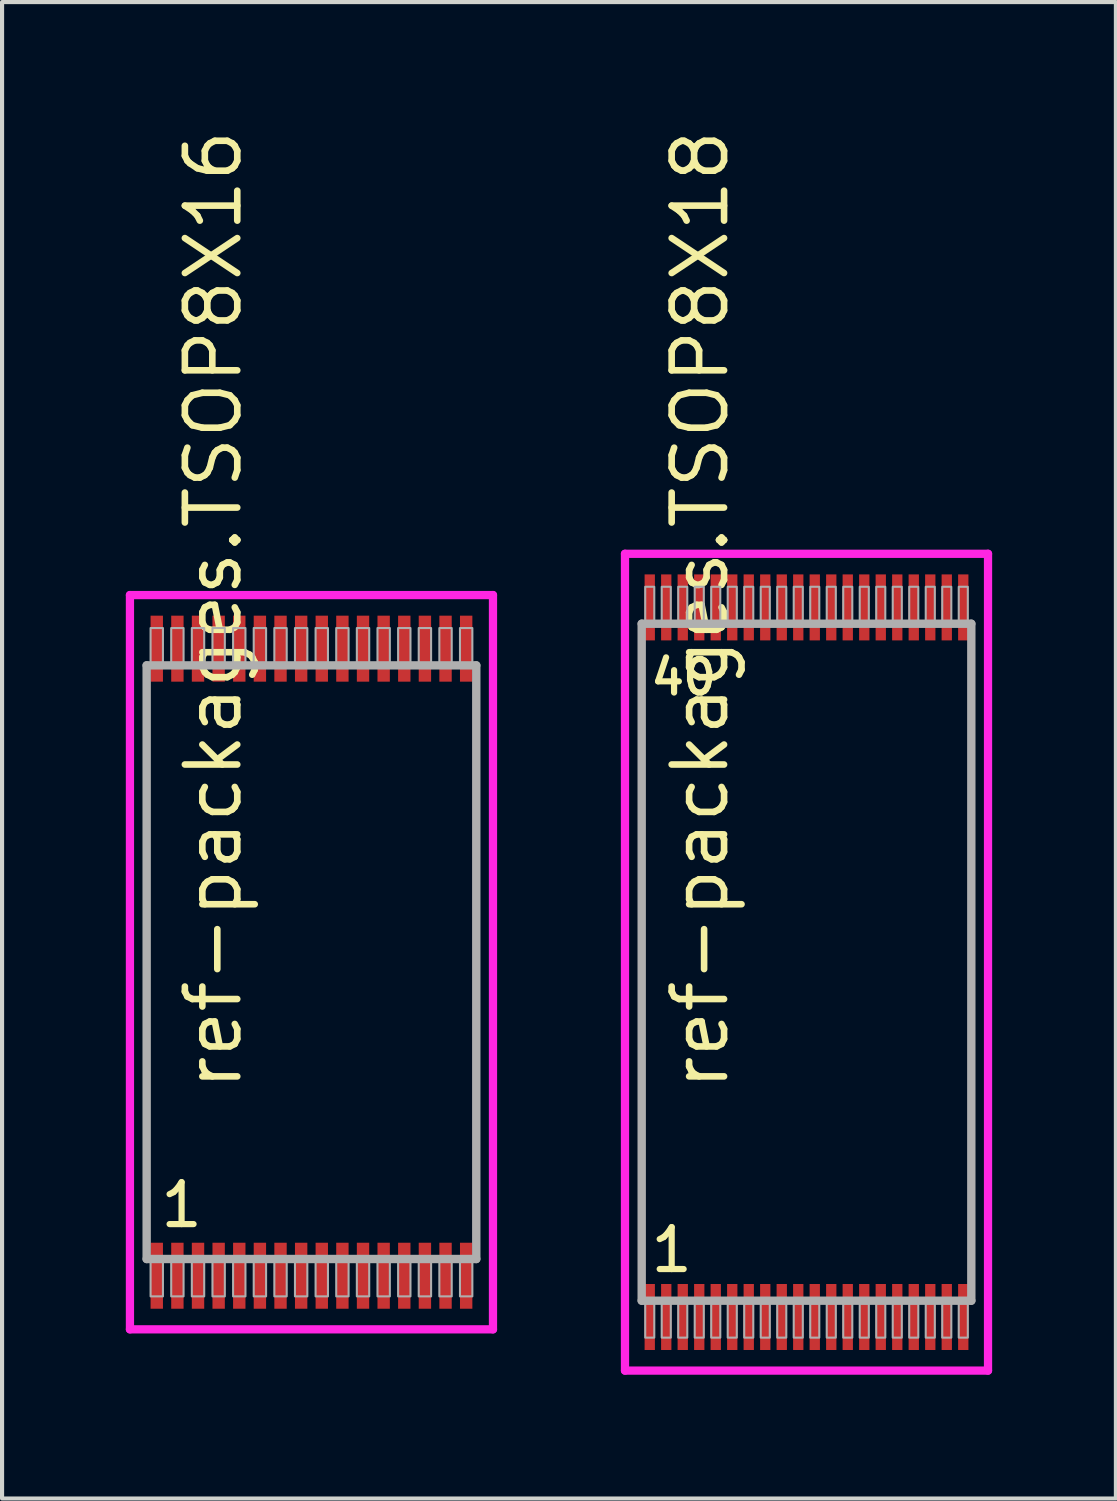
<source format=kicad_pcb>
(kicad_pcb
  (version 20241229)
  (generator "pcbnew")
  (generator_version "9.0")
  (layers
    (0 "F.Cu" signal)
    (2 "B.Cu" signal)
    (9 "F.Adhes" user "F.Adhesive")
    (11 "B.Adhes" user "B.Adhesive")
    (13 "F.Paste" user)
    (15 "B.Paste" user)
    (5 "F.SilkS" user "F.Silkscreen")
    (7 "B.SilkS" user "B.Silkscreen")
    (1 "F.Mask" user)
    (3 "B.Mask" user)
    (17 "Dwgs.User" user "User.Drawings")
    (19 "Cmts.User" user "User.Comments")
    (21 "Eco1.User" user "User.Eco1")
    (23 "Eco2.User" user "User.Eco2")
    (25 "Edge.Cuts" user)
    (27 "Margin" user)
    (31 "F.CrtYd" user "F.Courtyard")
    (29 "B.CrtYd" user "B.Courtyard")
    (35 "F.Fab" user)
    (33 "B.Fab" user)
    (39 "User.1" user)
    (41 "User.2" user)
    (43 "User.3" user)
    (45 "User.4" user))
  (footprint "ref-packages.TSOP8X16"
    (layer "F.Cu")
    (at 4.5 20.274)
    (property "Reference" "ref-packages.TSOP8X16" (at -1.635 3.175 90) (layer "F.SilkS") (effects (font (size 1.27 1.27) (thickness 0.16)) (justify left bottom)))
    (attr smd)
    (fp_line (start -4.4 -8.9) (end 4.4 -8.9) (stroke (width 0.2) (type default)) (layer "F.CrtYd"))
    (fp_line (start -4.4 8.9) (end -4.4 -8.9) (stroke (width 0.2) (type default)) (layer "F.CrtYd"))
    (fp_line (start 4.4 -8.9) (end 4.4 8.9) (stroke (width 0.2) (type default)) (layer "F.CrtYd"))
    (fp_line (start 4.4 8.9) (end -4.4 8.9) (stroke (width 0.2) (type default)) (layer "F.CrtYd"))
    (fp_line (start -3.995 -7.195) (end 3.995 -7.195) (stroke (width 0.203) (type default)) (layer "F.Fab"))
    (fp_line (start -3.995 7.195) (end -3.995 -7.195) (stroke (width 0.203) (type default)) (layer "F.Fab"))
    (fp_line (start 3.995 -7.195) (end 3.995 7.195) (stroke (width 0.203) (type default)) (layer "F.Fab"))
    (fp_line (start 3.995 7.195) (end -3.995 7.195) (stroke (width 0.203) (type default)) (layer "F.Fab"))
    (fp_rect (start -3.9 -7.25) (end -3.6 -8.1) (stroke (width 0.05) (type default)) (fill no) (layer "F.Fab"))
    (fp_rect (start -3.9 8.1) (end -3.6 7.25) (stroke (width 0.05) (type default)) (fill no) (layer "F.Fab"))
    (fp_rect (start -3.4 -7.25) (end -3.1 -8.1) (stroke (width 0.05) (type default)) (fill no) (layer "F.Fab"))
    (fp_rect (start -3.4 8.1) (end -3.1 7.25) (stroke (width 0.05) (type default)) (fill no) (layer "F.Fab"))
    (fp_rect (start -2.9 -7.25) (end -2.6 -8.1) (stroke (width 0.05) (type default)) (fill no) (layer "F.Fab"))
    (fp_rect (start -2.9 8.1) (end -2.6 7.25) (stroke (width 0.05) (type default)) (fill no) (layer "F.Fab"))
    (fp_rect (start -2.4 -7.25) (end -2.1 -8.1) (stroke (width 0.05) (type default)) (fill no) (layer "F.Fab"))
    (fp_rect (start -2.4 8.1) (end -2.1 7.25) (stroke (width 0.05) (type default)) (fill no) (layer "F.Fab"))
    (fp_rect (start -1.9 -7.25) (end -1.6 -8.1) (stroke (width 0.05) (type default)) (fill no) (layer "F.Fab"))
    (fp_rect (start -1.9 8.1) (end -1.6 7.25) (stroke (width 0.05) (type default)) (fill no) (layer "F.Fab"))
    (fp_rect (start -1.4 -7.25) (end -1.1 -8.1) (stroke (width 0.05) (type default)) (fill no) (layer "F.Fab"))
    (fp_rect (start -1.4 8.1) (end -1.1 7.25) (stroke (width 0.05) (type default)) (fill no) (layer "F.Fab"))
    (fp_rect (start -0.9 -7.25) (end -0.6 -8.1) (stroke (width 0.05) (type default)) (fill no) (layer "F.Fab"))
    (fp_rect (start -0.9 8.1) (end -0.6 7.25) (stroke (width 0.05) (type default)) (fill no) (layer "F.Fab"))
    (fp_rect (start -0.4 -7.25) (end -0.1 -8.1) (stroke (width 0.05) (type default)) (fill no) (layer "F.Fab"))
    (fp_rect (start -0.4 8.1) (end -0.1 7.25) (stroke (width 0.05) (type default)) (fill no) (layer "F.Fab"))
    (fp_rect (start 0.1 -7.25) (end 0.4 -8.1) (stroke (width 0.05) (type default)) (fill no) (layer "F.Fab"))
    (fp_rect (start 0.1 8.1) (end 0.4 7.25) (stroke (width 0.05) (type default)) (fill no) (layer "F.Fab"))
    (fp_rect (start 0.6 -7.25) (end 0.9 -8.1) (stroke (width 0.05) (type default)) (fill no) (layer "F.Fab"))
    (fp_rect (start 0.6 8.1) (end 0.9 7.25) (stroke (width 0.05) (type default)) (fill no) (layer "F.Fab"))
    (fp_rect (start 1.1 -7.25) (end 1.4 -8.1) (stroke (width 0.05) (type default)) (fill no) (layer "F.Fab"))
    (fp_rect (start 1.1 8.1) (end 1.4 7.25) (stroke (width 0.05) (type default)) (fill no) (layer "F.Fab"))
    (fp_rect (start 1.6 -7.25) (end 1.9 -8.1) (stroke (width 0.05) (type default)) (fill no) (layer "F.Fab"))
    (fp_rect (start 1.6 8.1) (end 1.9 7.25) (stroke (width 0.05) (type default)) (fill no) (layer "F.Fab"))
    (fp_rect (start 2.1 -7.25) (end 2.4 -8.1) (stroke (width 0.05) (type default)) (fill no) (layer "F.Fab"))
    (fp_rect (start 2.1 8.1) (end 2.4 7.25) (stroke (width 0.05) (type default)) (fill no) (layer "F.Fab"))
    (fp_rect (start 2.6 -7.25) (end 2.9 -8.1) (stroke (width 0.05) (type default)) (fill no) (layer "F.Fab"))
    (fp_rect (start 2.6 8.1) (end 2.9 7.25) (stroke (width 0.05) (type default)) (fill no) (layer "F.Fab"))
    (fp_rect (start 3.1 -7.25) (end 3.4 -8.1) (stroke (width 0.05) (type default)) (fill no) (layer "F.Fab"))
    (fp_rect (start 3.1 8.1) (end 3.4 7.25) (stroke (width 0.05) (type default)) (fill no) (layer "F.Fab"))
    (fp_rect (start 3.6 -7.25) (end 3.9 -8.1) (stroke (width 0.05) (type default)) (fill no) (layer "F.Fab"))
    (fp_rect (start 3.6 8.1) (end 3.9 7.25) (stroke (width 0.05) (type default)) (fill no) (layer "F.Fab"))
    (fp_text user "1" (at -3.731 6.48 0) (layer "F.SilkS") (effects (font (size 1.016 1.016) (thickness 0.15)) (justify left bottom)))
    (pad "1" smd roundrect (at -3.75 7.6) (size 0.3 1.6) (layers "F.Cu" "F.Mask" "F.Paste") (roundrect_rratio 0.01))
    (pad "2" smd roundrect (at -3.25 7.6) (size 0.3 1.6) (layers "F.Cu" "F.Mask" "F.Paste") (roundrect_rratio 0.01))
    (pad "3" smd roundrect (at -2.75 7.6) (size 0.3 1.6) (layers "F.Cu" "F.Mask" "F.Paste") (roundrect_rratio 0.01))
    (pad "4" smd roundrect (at -2.25 7.6) (size 0.3 1.6) (layers "F.Cu" "F.Mask" "F.Paste") (roundrect_rratio 0.01))
    (pad "5" smd roundrect (at -1.75 7.6) (size 0.3 1.6) (layers "F.Cu" "F.Mask" "F.Paste") (roundrect_rratio 0.01))
    (pad "6" smd roundrect (at -1.25 7.6) (size 0.3 1.6) (layers "F.Cu" "F.Mask" "F.Paste") (roundrect_rratio 0.01))
    (pad "7" smd roundrect (at -0.75 7.6) (size 0.3 1.6) (layers "F.Cu" "F.Mask" "F.Paste") (roundrect_rratio 0.01))
    (pad "8" smd roundrect (at -0.25 7.6) (size 0.3 1.6) (layers "F.Cu" "F.Mask" "F.Paste") (roundrect_rratio 0.01))
    (pad "9" smd roundrect (at 0.25 7.6) (size 0.3 1.6) (layers "F.Cu" "F.Mask" "F.Paste") (roundrect_rratio 0.01))
    (pad "10" smd roundrect (at 0.75 7.6) (size 0.3 1.6) (layers "F.Cu" "F.Mask" "F.Paste") (roundrect_rratio 0.01))
    (pad "11" smd roundrect (at 1.25 7.6) (size 0.3 1.6) (layers "F.Cu" "F.Mask" "F.Paste") (roundrect_rratio 0.01))
    (pad "12" smd roundrect (at 1.75 7.6) (size 0.3 1.6) (layers "F.Cu" "F.Mask" "F.Paste") (roundrect_rratio 0.01))
    (pad "13" smd roundrect (at 2.25 7.6) (size 0.3 1.6) (layers "F.Cu" "F.Mask" "F.Paste") (roundrect_rratio 0.01))
    (pad "14" smd roundrect (at 2.75 7.6) (size 0.3 1.6) (layers "F.Cu" "F.Mask" "F.Paste") (roundrect_rratio 0.01))
    (pad "15" smd roundrect (at 3.25 7.6) (size 0.3 1.6) (layers "F.Cu" "F.Mask" "F.Paste") (roundrect_rratio 0.01))
    (pad "16" smd roundrect (at 3.75 7.6) (size 0.3 1.6) (layers "F.Cu" "F.Mask" "F.Paste") (roundrect_rratio 0.01))
    (pad "17" smd roundrect (at 3.75 -7.6) (size 0.3 1.6) (layers "F.Cu" "F.Mask" "F.Paste") (roundrect_rratio 0.01))
    (pad "18" smd roundrect (at 3.25 -7.6) (size 0.3 1.6) (layers "F.Cu" "F.Mask" "F.Paste") (roundrect_rratio 0.01))
    (pad "19" smd roundrect (at 2.75 -7.6) (size 0.3 1.6) (layers "F.Cu" "F.Mask" "F.Paste") (roundrect_rratio 0.01))
    (pad "20" smd roundrect (at 2.25 -7.6) (size 0.3 1.6) (layers "F.Cu" "F.Mask" "F.Paste") (roundrect_rratio 0.01))
    (pad "21" smd roundrect (at 1.75 -7.6) (size 0.3 1.6) (layers "F.Cu" "F.Mask" "F.Paste") (roundrect_rratio 0.01))
    (pad "22" smd roundrect (at 1.25 -7.6) (size 0.3 1.6) (layers "F.Cu" "F.Mask" "F.Paste") (roundrect_rratio 0.01))
    (pad "23" smd roundrect (at 0.75 -7.6) (size 0.3 1.6) (layers "F.Cu" "F.Mask" "F.Paste") (roundrect_rratio 0.01))
    (pad "24" smd roundrect (at 0.25 -7.6) (size 0.3 1.6) (layers "F.Cu" "F.Mask" "F.Paste") (roundrect_rratio 0.01))
    (pad "25" smd roundrect (at -0.25 -7.6) (size 0.3 1.6) (layers "F.Cu" "F.Mask" "F.Paste") (roundrect_rratio 0.01))
    (pad "26" smd roundrect (at -0.75 -7.6) (size 0.3 1.6) (layers "F.Cu" "F.Mask" "F.Paste") (roundrect_rratio 0.01))
    (pad "27" smd roundrect (at -1.25 -7.6) (size 0.3 1.6) (layers "F.Cu" "F.Mask" "F.Paste") (roundrect_rratio 0.01))
    (pad "28" smd roundrect (at -1.75 -7.6) (size 0.3 1.6) (layers "F.Cu" "F.Mask" "F.Paste") (roundrect_rratio 0.01))
    (pad "29" smd roundrect (at -2.25 -7.6) (size 0.3 1.6) (layers "F.Cu" "F.Mask" "F.Paste") (roundrect_rratio 0.01))
    (pad "30" smd roundrect (at -2.75 -7.6) (size 0.3 1.6) (layers "F.Cu" "F.Mask" "F.Paste") (roundrect_rratio 0.01))
    (pad "31" smd roundrect (at -3.25 -7.6) (size 0.3 1.6) (layers "F.Cu" "F.Mask" "F.Paste") (roundrect_rratio 0.01))
    (pad "32" smd roundrect (at -3.75 -7.6) (size 0.3 1.6) (layers "F.Cu" "F.Mask" "F.Paste") (roundrect_rratio 0.01)))
  (footprint "ref-packages.TSOP8X18"
    (layer "F.Cu")
    (at 16.5 20.274)
    (property "Reference" "ref-packages.TSOP8X18" (at -1.835 3.175 90) (layer "F.SilkS") (effects (font (size 1.27 1.27) (thickness 0.16)) (justify left bottom)))
    (attr smd)
    (fp_line (start -4.4 -9.9) (end 4.4 -9.9) (stroke (width 0.2) (type default)) (layer "F.CrtYd"))
    (fp_line (start -4.4 9.9) (end -4.4 -9.9) (stroke (width 0.2) (type default)) (layer "F.CrtYd"))
    (fp_line (start 4.4 -9.9) (end 4.4 9.9) (stroke (width 0.2) (type default)) (layer "F.CrtYd"))
    (fp_line (start 4.4 9.9) (end -4.4 9.9) (stroke (width 0.2) (type default)) (layer "F.CrtYd"))
    (fp_line (start -3.995 -8.205) (end 3.995 -8.205) (stroke (width 0.203) (type default)) (layer "F.Fab"))
    (fp_line (start -3.995 8.205) (end -3.995 -8.205) (stroke (width 0.203) (type default)) (layer "F.Fab"))
    (fp_line (start 3.995 -8.205) (end 3.995 8.205) (stroke (width 0.203) (type default)) (layer "F.Fab"))
    (fp_line (start 3.995 8.205) (end -3.995 8.205) (stroke (width 0.203) (type default)) (layer "F.Fab"))
    (fp_rect (start -3.91 -8.27) (end -3.69 -9.1) (stroke (width 0.05) (type default)) (fill no) (layer "F.Fab"))
    (fp_rect (start -3.91 9.1) (end -3.69 8.27) (stroke (width 0.05) (type default)) (fill no) (layer "F.Fab"))
    (fp_rect (start -3.51 -8.27) (end -3.29 -9.1) (stroke (width 0.05) (type default)) (fill no) (layer "F.Fab"))
    (fp_rect (start -3.51 9.1) (end -3.29 8.27) (stroke (width 0.05) (type default)) (fill no) (layer "F.Fab"))
    (fp_rect (start -3.11 -8.27) (end -2.89 -9.1) (stroke (width 0.05) (type default)) (fill no) (layer "F.Fab"))
    (fp_rect (start -3.11 9.1) (end -2.89 8.27) (stroke (width 0.05) (type default)) (fill no) (layer "F.Fab"))
    (fp_rect (start -2.71 -8.27) (end -2.49 -9.1) (stroke (width 0.05) (type default)) (fill no) (layer "F.Fab"))
    (fp_rect (start -2.71 9.1) (end -2.49 8.27) (stroke (width 0.05) (type default)) (fill no) (layer "F.Fab"))
    (fp_rect (start -2.31 -8.27) (end -2.09 -9.1) (stroke (width 0.05) (type default)) (fill no) (layer "F.Fab"))
    (fp_rect (start -2.31 9.1) (end -2.09 8.27) (stroke (width 0.05) (type default)) (fill no) (layer "F.Fab"))
    (fp_rect (start -1.91 -8.27) (end -1.69 -9.1) (stroke (width 0.05) (type default)) (fill no) (layer "F.Fab"))
    (fp_rect (start -1.91 9.1) (end -1.69 8.27) (stroke (width 0.05) (type default)) (fill no) (layer "F.Fab"))
    (fp_rect (start -1.51 -8.27) (end -1.29 -9.1) (stroke (width 0.05) (type default)) (fill no) (layer "F.Fab"))
    (fp_rect (start -1.51 9.1) (end -1.29 8.27) (stroke (width 0.05) (type default)) (fill no) (layer "F.Fab"))
    (fp_rect (start -1.11 -8.27) (end -0.89 -9.1) (stroke (width 0.05) (type default)) (fill no) (layer "F.Fab"))
    (fp_rect (start -1.11 9.1) (end -0.89 8.27) (stroke (width 0.05) (type default)) (fill no) (layer "F.Fab"))
    (fp_rect (start -0.71 -8.27) (end -0.49 -9.1) (stroke (width 0.05) (type default)) (fill no) (layer "F.Fab"))
    (fp_rect (start -0.71 9.1) (end -0.49 8.27) (stroke (width 0.05) (type default)) (fill no) (layer "F.Fab"))
    (fp_rect (start -0.31 -8.27) (end -0.09 -9.1) (stroke (width 0.05) (type default)) (fill no) (layer "F.Fab"))
    (fp_rect (start -0.31 9.1) (end -0.09 8.27) (stroke (width 0.05) (type default)) (fill no) (layer "F.Fab"))
    (fp_rect (start 0.09 -8.27) (end 0.31 -9.1) (stroke (width 0.05) (type default)) (fill no) (layer "F.Fab"))
    (fp_rect (start 0.09 9.1) (end 0.31 8.27) (stroke (width 0.05) (type default)) (fill no) (layer "F.Fab"))
    (fp_rect (start 0.49 -8.27) (end 0.71 -9.1) (stroke (width 0.05) (type default)) (fill no) (layer "F.Fab"))
    (fp_rect (start 0.49 9.1) (end 0.71 8.27) (stroke (width 0.05) (type default)) (fill no) (layer "F.Fab"))
    (fp_rect (start 0.89 -8.27) (end 1.11 -9.1) (stroke (width 0.05) (type default)) (fill no) (layer "F.Fab"))
    (fp_rect (start 0.89 9.1) (end 1.11 8.27) (stroke (width 0.05) (type default)) (fill no) (layer "F.Fab"))
    (fp_rect (start 1.29 -8.27) (end 1.51 -9.1) (stroke (width 0.05) (type default)) (fill no) (layer "F.Fab"))
    (fp_rect (start 1.29 9.1) (end 1.51 8.27) (stroke (width 0.05) (type default)) (fill no) (layer "F.Fab"))
    (fp_rect (start 1.69 -8.27) (end 1.91 -9.1) (stroke (width 0.05) (type default)) (fill no) (layer "F.Fab"))
    (fp_rect (start 1.69 9.1) (end 1.91 8.27) (stroke (width 0.05) (type default)) (fill no) (layer "F.Fab"))
    (fp_rect (start 2.09 -8.27) (end 2.31 -9.1) (stroke (width 0.05) (type default)) (fill no) (layer "F.Fab"))
    (fp_rect (start 2.09 9.1) (end 2.31 8.27) (stroke (width 0.05) (type default)) (fill no) (layer "F.Fab"))
    (fp_rect (start 2.49 -8.27) (end 2.71 -9.1) (stroke (width 0.05) (type default)) (fill no) (layer "F.Fab"))
    (fp_rect (start 2.49 9.1) (end 2.71 8.27) (stroke (width 0.05) (type default)) (fill no) (layer "F.Fab"))
    (fp_rect (start 2.89 -8.27) (end 3.11 -9.1) (stroke (width 0.05) (type default)) (fill no) (layer "F.Fab"))
    (fp_rect (start 2.89 9.1) (end 3.11 8.27) (stroke (width 0.05) (type default)) (fill no) (layer "F.Fab"))
    (fp_rect (start 3.29 -8.27) (end 3.51 -9.1) (stroke (width 0.05) (type default)) (fill no) (layer "F.Fab"))
    (fp_rect (start 3.29 9.1) (end 3.51 8.27) (stroke (width 0.05) (type default)) (fill no) (layer "F.Fab"))
    (fp_rect (start 3.69 -8.27) (end 3.91 -9.1) (stroke (width 0.05) (type default)) (fill no) (layer "F.Fab"))
    (fp_rect (start 3.69 9.1) (end 3.91 8.27) (stroke (width 0.05) (type default)) (fill no) (layer "F.Fab"))
    (fp_text user "1" (at -3.851 7.57 0) (layer "F.SilkS") (effects (font (size 1.016 1.016) (thickness 0.15)) (justify left bottom)))
    (fp_text user "40" (at -3.851 -6.43 0) (layer "F.SilkS") (effects (font (size 0.813 0.813) (thickness 0.15)) (justify left bottom)))
    (pad "1" smd roundrect (at -3.8 8.6) (size 0.25 1.6) (layers "F.Cu" "F.Mask" "F.Paste") (roundrect_rratio 0.01))
    (pad "2" smd roundrect (at -3.4 8.6) (size 0.25 1.6) (layers "F.Cu" "F.Mask" "F.Paste") (roundrect_rratio 0.01))
    (pad "3" smd roundrect (at -3 8.6) (size 0.25 1.6) (layers "F.Cu" "F.Mask" "F.Paste") (roundrect_rratio 0.01))
    (pad "4" smd roundrect (at -2.6 8.6) (size 0.25 1.6) (layers "F.Cu" "F.Mask" "F.Paste") (roundrect_rratio 0.01))
    (pad "5" smd roundrect (at -2.2 8.6) (size 0.25 1.6) (layers "F.Cu" "F.Mask" "F.Paste") (roundrect_rratio 0.01))
    (pad "6" smd roundrect (at -1.8 8.6) (size 0.25 1.6) (layers "F.Cu" "F.Mask" "F.Paste") (roundrect_rratio 0.01))
    (pad "7" smd roundrect (at -1.4 8.6) (size 0.25 1.6) (layers "F.Cu" "F.Mask" "F.Paste") (roundrect_rratio 0.01))
    (pad "8" smd roundrect (at -1 8.6) (size 0.25 1.6) (layers "F.Cu" "F.Mask" "F.Paste") (roundrect_rratio 0.01))
    (pad "9" smd roundrect (at -0.6 8.6) (size 0.25 1.6) (layers "F.Cu" "F.Mask" "F.Paste") (roundrect_rratio 0.01))
    (pad "10" smd roundrect (at -0.2 8.6) (size 0.25 1.6) (layers "F.Cu" "F.Mask" "F.Paste") (roundrect_rratio 0.01))
    (pad "11" smd roundrect (at 0.2 8.6) (size 0.25 1.6) (layers "F.Cu" "F.Mask" "F.Paste") (roundrect_rratio 0.01))
    (pad "12" smd roundrect (at 0.6 8.6) (size 0.25 1.6) (layers "F.Cu" "F.Mask" "F.Paste") (roundrect_rratio 0.01))
    (pad "13" smd roundrect (at 1 8.6) (size 0.25 1.6) (layers "F.Cu" "F.Mask" "F.Paste") (roundrect_rratio 0.01))
    (pad "14" smd roundrect (at 1.4 8.6) (size 0.25 1.6) (layers "F.Cu" "F.Mask" "F.Paste") (roundrect_rratio 0.01))
    (pad "15" smd roundrect (at 1.8 8.6) (size 0.25 1.6) (layers "F.Cu" "F.Mask" "F.Paste") (roundrect_rratio 0.01))
    (pad "16" smd roundrect (at 2.2 8.6) (size 0.25 1.6) (layers "F.Cu" "F.Mask" "F.Paste") (roundrect_rratio 0.01))
    (pad "17" smd roundrect (at 2.6 8.6) (size 0.25 1.6) (layers "F.Cu" "F.Mask" "F.Paste") (roundrect_rratio 0.01))
    (pad "18" smd roundrect (at 3 8.6) (size 0.25 1.6) (layers "F.Cu" "F.Mask" "F.Paste") (roundrect_rratio 0.01))
    (pad "19" smd roundrect (at 3.4 8.6) (size 0.25 1.6) (layers "F.Cu" "F.Mask" "F.Paste") (roundrect_rratio 0.01))
    (pad "20" smd roundrect (at 3.8 8.6) (size 0.25 1.6) (layers "F.Cu" "F.Mask" "F.Paste") (roundrect_rratio 0.01))
    (pad "21" smd roundrect (at 3.8 -8.6) (size 0.25 1.6) (layers "F.Cu" "F.Mask" "F.Paste") (roundrect_rratio 0.01))
    (pad "22" smd roundrect (at 3.4 -8.6) (size 0.25 1.6) (layers "F.Cu" "F.Mask" "F.Paste") (roundrect_rratio 0.01))
    (pad "23" smd roundrect (at 3 -8.6) (size 0.25 1.6) (layers "F.Cu" "F.Mask" "F.Paste") (roundrect_rratio 0.01))
    (pad "24" smd roundrect (at 2.6 -8.6) (size 0.25 1.6) (layers "F.Cu" "F.Mask" "F.Paste") (roundrect_rratio 0.01))
    (pad "25" smd roundrect (at 2.2 -8.6) (size 0.25 1.6) (layers "F.Cu" "F.Mask" "F.Paste") (roundrect_rratio 0.01))
    (pad "26" smd roundrect (at 1.8 -8.6) (size 0.25 1.6) (layers "F.Cu" "F.Mask" "F.Paste") (roundrect_rratio 0.01))
    (pad "27" smd roundrect (at 1.4 -8.6) (size 0.25 1.6) (layers "F.Cu" "F.Mask" "F.Paste") (roundrect_rratio 0.01))
    (pad "28" smd roundrect (at 1 -8.6) (size 0.25 1.6) (layers "F.Cu" "F.Mask" "F.Paste") (roundrect_rratio 0.01))
    (pad "29" smd roundrect (at 0.6 -8.6) (size 0.25 1.6) (layers "F.Cu" "F.Mask" "F.Paste") (roundrect_rratio 0.01))
    (pad "30" smd roundrect (at 0.2 -8.6) (size 0.25 1.6) (layers "F.Cu" "F.Mask" "F.Paste") (roundrect_rratio 0.01))
    (pad "31" smd roundrect (at -0.2 -8.6) (size 0.25 1.6) (layers "F.Cu" "F.Mask" "F.Paste") (roundrect_rratio 0.01))
    (pad "32" smd roundrect (at -0.6 -8.6) (size 0.25 1.6) (layers "F.Cu" "F.Mask" "F.Paste") (roundrect_rratio 0.01))
    (pad "33" smd roundrect (at -1 -8.6) (size 0.25 1.6) (layers "F.Cu" "F.Mask" "F.Paste") (roundrect_rratio 0.01))
    (pad "34" smd roundrect (at -1.4 -8.6) (size 0.25 1.6) (layers "F.Cu" "F.Mask" "F.Paste") (roundrect_rratio 0.01))
    (pad "35" smd roundrect (at -1.8 -8.6) (size 0.25 1.6) (layers "F.Cu" "F.Mask" "F.Paste") (roundrect_rratio 0.01))
    (pad "36" smd roundrect (at -2.2 -8.6) (size 0.25 1.6) (layers "F.Cu" "F.Mask" "F.Paste") (roundrect_rratio 0.01))
    (pad "37" smd roundrect (at -2.6 -8.6) (size 0.25 1.6) (layers "F.Cu" "F.Mask" "F.Paste") (roundrect_rratio 0.01))
    (pad "38" smd roundrect (at -3 -8.6) (size 0.25 1.6) (layers "F.Cu" "F.Mask" "F.Paste") (roundrect_rratio 0.01))
    (pad "39" smd roundrect (at -3.4 -8.6) (size 0.25 1.6) (layers "F.Cu" "F.Mask" "F.Paste") (roundrect_rratio 0.01))
    (pad "40" smd roundrect (at -3.8 -8.6) (size 0.25 1.6) (layers "F.Cu" "F.Mask" "F.Paste") (roundrect_rratio 0.01)))
  (gr_rect
    (start -3 -3)
    (end 24 33.274)
    (stroke (width 0.1) (type default))
    (fill no)
    (layer "Edge.Cuts")))
</source>
